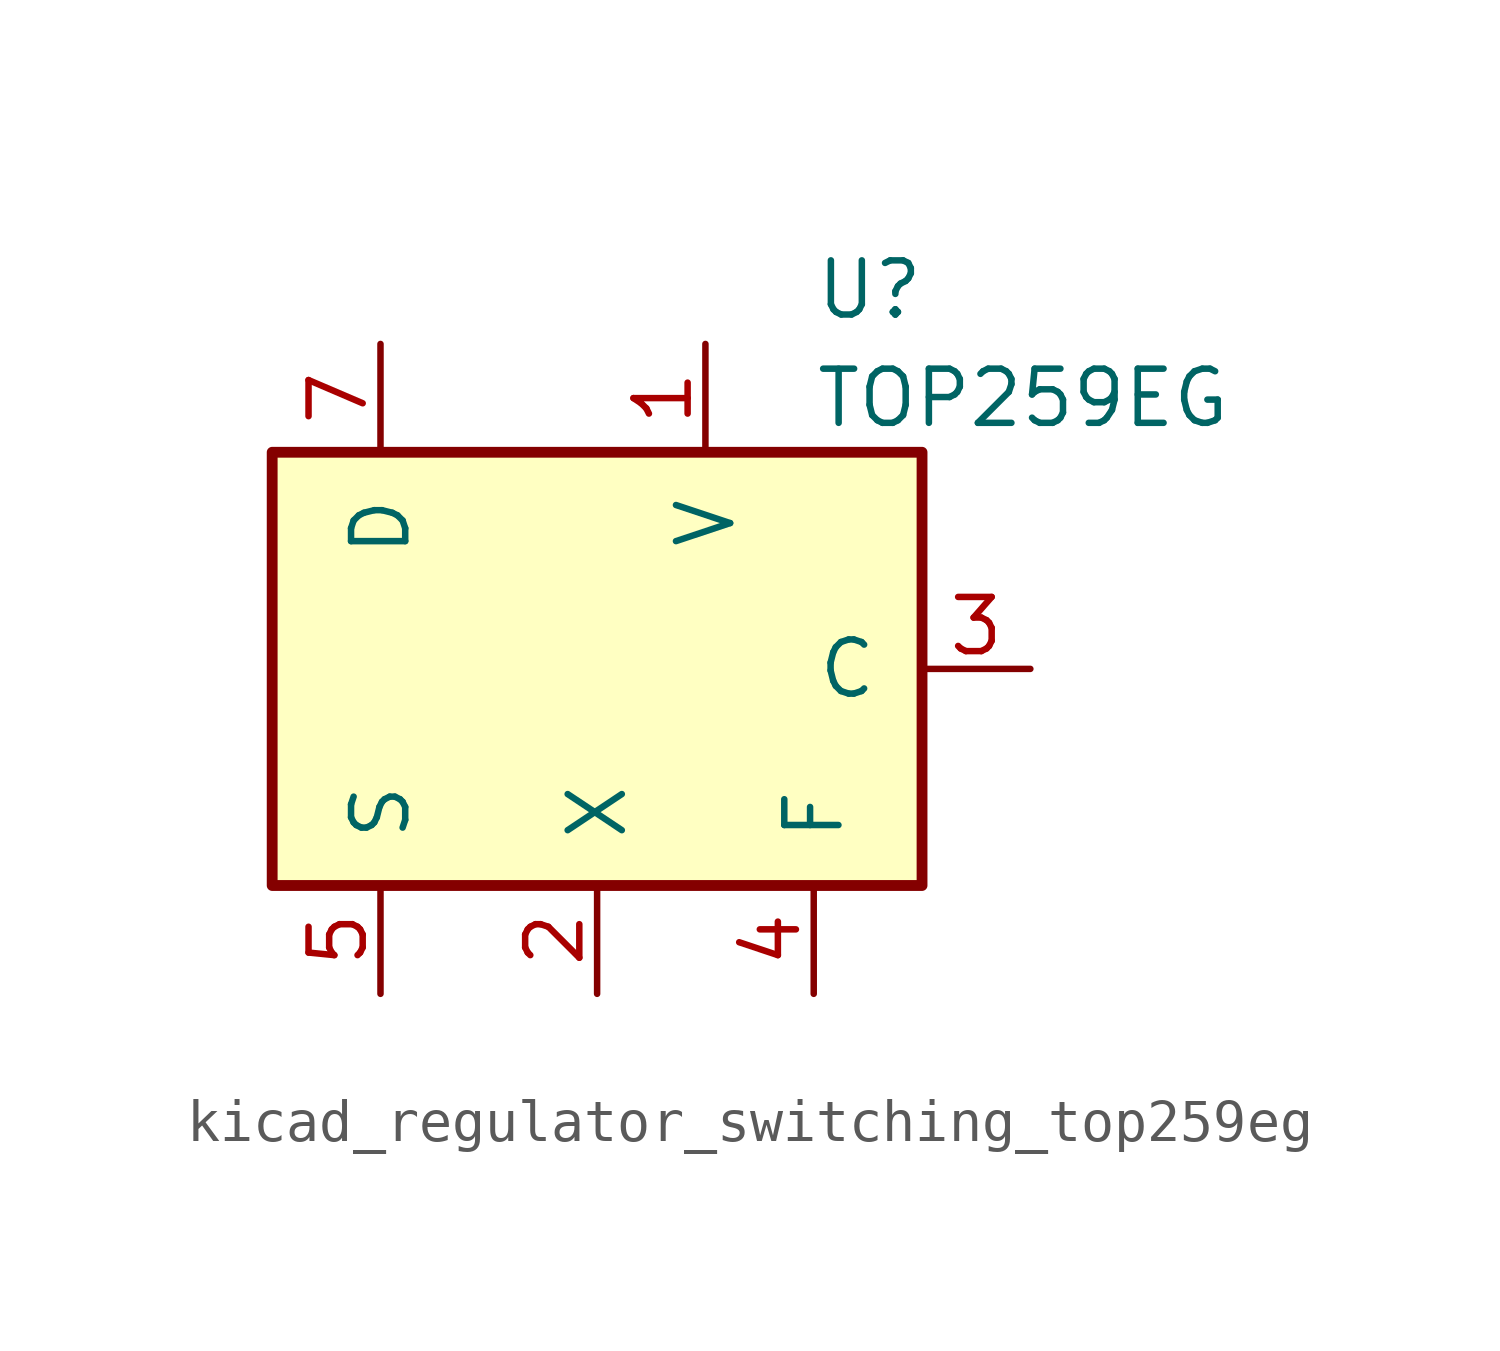
<source format=kicad_sym>
(kicad_symbol_lib
  (version 20220914)
  (generator kicad_symbol_editor)
  (symbol "kicad_regulator_switching_top259eg"
    (pin_names
      (offset 1.016))
    (property "Reference" "U"
      (at 5.08 8.89 0)
      (effects (font (size 1.27 1.27)) (justify left)))
    (property "Value" "TOP259EG"
      (at 5.08 6.35 0)
      (effects (font (size 1.27 1.27)) (justify left)))
    (symbol "kicad_regulator_switching_top259eg_0_1"
      (rectangle (start -7.62 5.08) (end 7.62 -5.08) (stroke (width 0.254) (type default)) (fill (type background))))
    (symbol "kicad_regulator_switching_top259eg_1_1"
      (pin input line (at 2.54 7.62 270) (length 2.54) (name "V" (effects (font (size 1.27 1.27)))) (number "1" (effects (font (size 1.27 1.27)))))
      (pin input line (at 0 -7.62 90) (length 2.54) (name "X" (effects (font (size 1.27 1.27)))) (number "2" (effects (font (size 1.27 1.27)))))
      (pin input line (at 10.16 0 180) (length 2.54) (name "C" (effects (font (size 1.27 1.27)))) (number "3" (effects (font (size 1.27 1.27)))))
      (pin passive line (at 5.08 -7.62 90) (length 2.54) (name "F" (effects (font (size 1.27 1.27)))) (number "4" (effects (font (size 1.27 1.27)))))
      (pin power_in line (at -5.08 -7.62 90) (length 2.54) (name "S" (effects (font (size 1.27 1.27)))) (number "5" (effects (font (size 1.27 1.27)))))
      (pin open_collector line (at -5.08 7.62 270) (length 2.54) (name "D" (effects (font (size 1.27 1.27)))) (number "7" (effects (font (size 1.27 1.27))))))))
</source>
